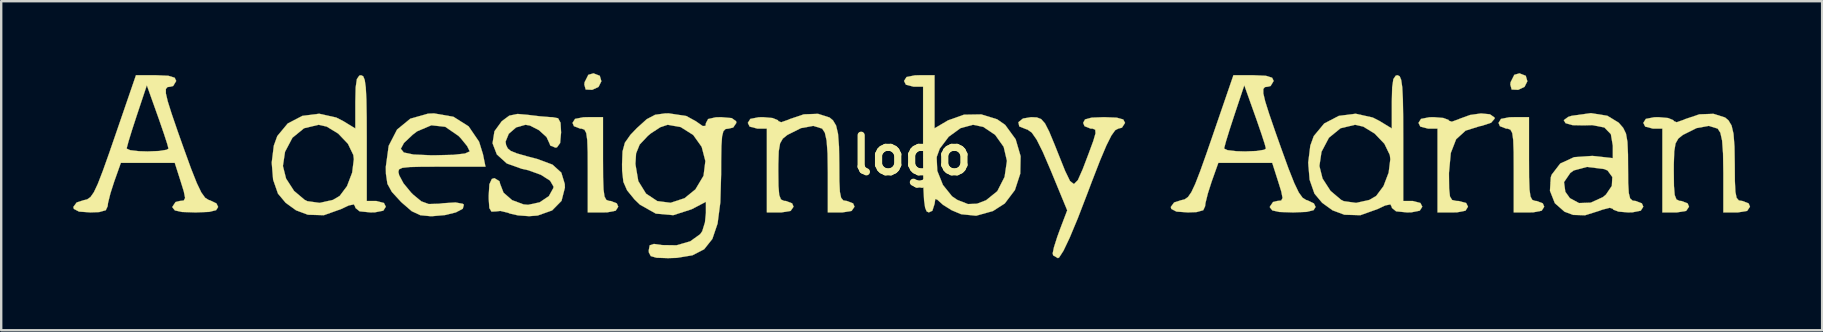
<source format=kicad_pcb>
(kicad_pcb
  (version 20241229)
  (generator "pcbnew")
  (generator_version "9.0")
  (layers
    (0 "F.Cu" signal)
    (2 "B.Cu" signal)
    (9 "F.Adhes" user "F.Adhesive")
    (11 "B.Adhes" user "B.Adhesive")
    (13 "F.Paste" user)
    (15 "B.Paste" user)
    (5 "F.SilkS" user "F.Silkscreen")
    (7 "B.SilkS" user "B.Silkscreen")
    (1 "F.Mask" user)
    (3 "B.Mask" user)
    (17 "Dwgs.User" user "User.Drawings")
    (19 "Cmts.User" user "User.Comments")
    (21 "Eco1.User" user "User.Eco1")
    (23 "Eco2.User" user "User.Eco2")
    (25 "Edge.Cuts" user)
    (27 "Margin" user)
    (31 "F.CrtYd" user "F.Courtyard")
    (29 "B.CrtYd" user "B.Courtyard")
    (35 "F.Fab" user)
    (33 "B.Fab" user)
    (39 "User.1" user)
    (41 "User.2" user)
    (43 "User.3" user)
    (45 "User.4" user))
  (footprint "logo"
    (layer "F.Cu")
    (at 34.93 3.418)
    (property "Reference" "logo" (at 0 0 0) (layer "F.SilkS") (effects (font (size 1.524 1.524) (thickness 0.3))))
    (attr through_hole)
    (fp_poly (pts (xy -12.993 -3.311) (xy -12.926 -3.084) (xy -13.045 -2.848) (xy -13.308 -2.726) (xy -13.58 -2.738) (xy -13.637 -2.944) (xy -13.626 -3.043) (xy -13.471 -3.351) (xy -13.256 -3.413) (xy -12.993 -3.311)) (stroke (width 0.01) (type solid)) (fill yes) (layer "F.SilkS"))
    (fp_poly (pts (xy 25.583 -3.311) (xy 25.65 -3.084) (xy 25.531 -2.848) (xy 25.268 -2.726) (xy 24.996 -2.738) (xy 24.94 -2.944) (xy 24.951 -3.043) (xy 25.105 -3.351) (xy 25.321 -3.413) (xy 25.583 -3.311)) (stroke (width 0.01) (type solid)) (fill yes) (layer "F.SilkS"))
    (fp_poly (pts (xy -12.859 0.159) (xy -12.855 0.923) (xy -12.837 1.425) (xy -12.796 1.719) (xy -12.72 1.86) (xy -12.601 1.903) (xy -12.541 1.905) (xy -12.283 2.004) (xy -12.224 2.143) (xy -12.329 2.309) (xy -12.676 2.377) (xy -12.859 2.381) (xy -13.494 2.381) (xy -13.494 0.635) (xy -13.497 -0.129) (xy -13.515 -0.631) (xy -13.557 -0.925) (xy -13.632 -1.066) (xy -13.751 -1.109) (xy -13.811 -1.111) (xy -14.07 -1.211) (xy -14.129 -1.349) (xy -14.024 -1.515) (xy -13.676 -1.583) (xy -13.494 -1.587) (xy -12.859 -1.587) (xy -12.859 0.159)) (stroke (width 0.01) (type solid)) (fill yes) (layer "F.SilkS"))
    (fp_poly (pts (xy 25.718 0.159) (xy 25.721 0.923) (xy 25.739 1.425) (xy 25.78 1.719) (xy 25.856 1.86) (xy 25.975 1.903) (xy 26.035 1.905) (xy 26.294 2.004) (xy 26.352 2.143) (xy 26.248 2.309) (xy 25.9 2.377) (xy 25.718 2.381) (xy 25.082 2.381) (xy 25.082 0.635) (xy 25.079 -0.129) (xy 25.061 -0.631) (xy 25.02 -0.925) (xy 24.944 -1.066) (xy 24.825 -1.109) (xy 24.765 -1.111) (xy 24.506 -1.211) (xy 24.448 -1.349) (xy 24.552 -1.515) (xy 24.9 -1.583) (xy 25.082 -1.587) (xy 25.718 -1.587) (xy 25.718 0.159)) (stroke (width 0.01) (type solid)) (fill yes) (layer "F.SilkS"))
    (fp_poly (pts (xy 24.089 -1.707) (xy 24.281 -1.574) (xy 24.289 -1.528) (xy 24.142 -1.356) (xy 23.751 -1.226) (xy 23.665 -1.211) (xy 23.076 -1.026) (xy 22.682 -0.667) (xy 22.46 -0.095) (xy 22.384 0.729) (xy 22.384 0.815) (xy 22.39 1.389) (xy 22.425 1.715) (xy 22.515 1.863) (xy 22.685 1.903) (xy 22.781 1.905) (xy 23.1 1.988) (xy 23.177 2.143) (xy 23.073 2.309) (xy 22.725 2.377) (xy 22.543 2.381) (xy 21.907 2.381) (xy 21.907 -1.111) (xy 21.511 -1.111) (xy 21.191 -1.194) (xy 21.114 -1.349) (xy 21.219 -1.515) (xy 21.566 -1.583) (xy 21.749 -1.587) (xy 22.146 -1.554) (xy 22.368 -1.472) (xy 22.384 -1.438) (xy 22.503 -1.398) (xy 22.793 -1.503) (xy 22.82 -1.517) (xy 23.262 -1.678) (xy 23.717 -1.742) (xy 24.089 -1.707)) (stroke (width 0.01) (type solid)) (fill yes) (layer "F.SilkS"))
    (fp_poly (pts (xy 8.543 -1.566) (xy 8.815 -1.491) (xy 8.89 -1.349) (xy 8.76 -1.149) (xy 8.61 -1.111) (xy 8.48 -1.044) (xy 8.32 -0.821) (xy 8.113 -0.409) (xy 7.845 0.225) (xy 7.5 1.113) (xy 7.321 1.587) (xy 6.921 2.626) (xy 6.585 3.431) (xy 6.323 3.981) (xy 6.144 4.257) (xy 6.093 4.286) (xy 5.895 4.172) (xy 5.874 4.088) (xy 5.927 3.835) (xy 6.064 3.403) (xy 6.177 3.092) (xy 6.48 2.295) (xy 5.794 0.632) (xy 5.464 -0.137) (xy 5.209 -0.648) (xy 5.003 -0.945) (xy 4.82 -1.073) (xy 4.777 -1.083) (xy 4.482 -1.202) (xy 4.446 -1.378) (xy 4.638 -1.531) (xy 4.974 -1.587) (xy 5.215 -1.576) (xy 5.395 -1.507) (xy 5.554 -1.328) (xy 5.73 -0.984) (xy 5.963 -0.423) (xy 6.107 -0.06) (xy 6.393 0.653) (xy 6.597 1.073) (xy 6.76 1.2) (xy 6.923 1.036) (xy 7.125 0.581) (xy 7.363 -0.044) (xy 7.566 -0.595) (xy 7.659 -0.914) (xy 7.648 -1.064) (xy 7.539 -1.109) (xy 7.454 -1.111) (xy 7.201 -1.212) (xy 7.144 -1.349) (xy 7.222 -1.493) (xy 7.497 -1.567) (xy 8.017 -1.587) (xy 8.543 -1.566)) (stroke (width 0.01) (type solid)) (fill yes) (layer "F.SilkS"))
    (fp_poly (pts (xy -3.421 -1.573) (xy -3.279 -1.456) (xy -3.149 -1.239) (xy -3.068 -0.894) (xy -3.027 -0.357) (xy -3.016 0.37) (xy -3.012 1.078) (xy -2.99 1.527) (xy -2.938 1.776) (xy -2.845 1.882) (xy -2.699 1.905) (xy -2.699 1.905) (xy -2.44 2.004) (xy -2.381 2.143) (xy -2.502 2.319) (xy -2.886 2.381) (xy -2.937 2.381) (xy -3.493 2.381) (xy -3.493 0.734) (xy -3.504 -0.07) (xy -3.543 -0.61) (xy -3.617 -0.94) (xy -3.729 -1.11) (xy -4.098 -1.224) (xy -4.61 -1.131) (xy -5.176 -0.848) (xy -5.368 -0.694) (xy -5.482 -0.493) (xy -5.538 -0.163) (xy -5.555 0.373) (xy -5.556 0.653) (xy -5.549 1.281) (xy -5.518 1.655) (xy -5.446 1.84) (xy -5.317 1.901) (xy -5.239 1.905) (xy -4.98 2.004) (xy -4.921 2.143) (xy -5.042 2.319) (xy -5.426 2.381) (xy -5.477 2.381) (xy -6.032 2.381) (xy -6.032 -1.111) (xy -6.429 -1.111) (xy -6.749 -1.194) (xy -6.826 -1.349) (xy -6.721 -1.515) (xy -6.374 -1.583) (xy -6.191 -1.587) (xy -5.794 -1.551) (xy -5.572 -1.461) (xy -5.556 -1.425) (xy -5.436 -1.375) (xy -5.131 -1.482) (xy -5.088 -1.504) (xy -4.492 -1.705) (xy -3.9 -1.726) (xy -3.421 -1.573)) (stroke (width 0.01) (type solid)) (fill yes) (layer "F.SilkS"))
    (fp_poly (pts (xy 0.953 -1.122) (xy 1.515 -1.454) (xy 2.178 -1.69) (xy 2.899 -1.702) (xy 3.562 -1.498) (xy 3.895 -1.265) (xy 4.332 -0.666) (xy 4.538 0.037) (xy 4.524 0.767) (xy 4.301 1.449) (xy 3.879 2.008) (xy 3.386 2.324) (xy 2.686 2.519) (xy 2.06 2.456) (xy 1.67 2.292) (xy 1.308 2.067) (xy 1.082 1.863) (xy 1.078 1.856) (xy 0.984 1.819) (xy 0.955 2.024) (xy 0.862 2.313) (xy 0.714 2.381) (xy 0.625 2.34) (xy 0.561 2.187) (xy 0.517 1.88) (xy 0.491 1.378) (xy 0.479 0.638) (xy 0.477 0.079) (xy 1.041 0.079) (xy 1.067 0.649) (xy 1.302 1.237) (xy 1.682 1.71) (xy 1.905 1.861) (xy 2.344 2.033) (xy 2.72 2.019) (xy 3.1 1.874) (xy 3.567 1.497) (xy 3.87 0.904) (xy 3.969 0.234) (xy 3.833 -0.35) (xy 3.477 -0.851) (xy 2.982 -1.182) (xy 2.555 -1.27) (xy 2.036 -1.13) (xy 1.542 -0.771) (xy 1.171 -0.279) (xy 1.041 0.079) (xy 0.477 0.079) (xy 0.476 -0.238) (xy 0.476 -2.857) (xy 0.079 -2.857) (xy -0.24 -2.94) (xy -0.318 -3.096) (xy -0.213 -3.261) (xy 0.135 -3.329) (xy 0.318 -3.334) (xy 0.953 -3.334) (xy 0.953 -1.122)) (stroke (width 0.01) (type solid)) (fill yes) (layer "F.SilkS"))
    (fp_poly (pts (xy 33.886 -1.573) (xy 34.027 -1.456) (xy 34.157 -1.239) (xy 34.238 -0.894) (xy 34.279 -0.357) (xy 34.29 0.37) (xy 34.295 1.078) (xy 34.317 1.527) (xy 34.368 1.776) (xy 34.461 1.882) (xy 34.607 1.905) (xy 34.608 1.905) (xy 34.866 2.004) (xy 34.925 2.143) (xy 34.805 2.319) (xy 34.42 2.381) (xy 34.369 2.381) (xy 33.814 2.381) (xy 33.814 0.734) (xy 33.802 -0.07) (xy 33.763 -0.61) (xy 33.689 -0.94) (xy 33.578 -1.11) (xy 33.209 -1.224) (xy 32.696 -1.131) (xy 32.13 -0.848) (xy 31.938 -0.694) (xy 31.824 -0.493) (xy 31.769 -0.163) (xy 31.751 0.373) (xy 31.75 0.653) (xy 31.757 1.281) (xy 31.788 1.655) (xy 31.86 1.84) (xy 31.989 1.901) (xy 32.068 1.905) (xy 32.326 2.004) (xy 32.385 2.143) (xy 32.265 2.319) (xy 31.88 2.381) (xy 31.829 2.381) (xy 31.274 2.381) (xy 31.274 -1.111) (xy 30.877 -1.111) (xy 30.558 -1.194) (xy 30.48 -1.349) (xy 30.585 -1.515) (xy 30.932 -1.583) (xy 31.115 -1.587) (xy 31.513 -1.551) (xy 31.734 -1.461) (xy 31.75 -1.425) (xy 31.87 -1.375) (xy 32.175 -1.482) (xy 32.218 -1.504) (xy 32.815 -1.705) (xy 33.407 -1.726) (xy 33.886 -1.573)) (stroke (width 0.01) (type solid)) (fill yes) (layer "F.SilkS"))
    (fp_poly (pts (xy -19.091 -1.604) (xy -18.457 -1.204) (xy -18.022 -0.566) (xy -17.859 -0.04) (xy -17.755 0.476) (xy -19.604 0.476) (xy -20.392 0.478) (xy -20.913 0.491) (xy -21.218 0.524) (xy -21.358 0.589) (xy -21.383 0.695) (xy -21.35 0.833) (xy -21.17 1.17) (xy -20.851 1.557) (xy -20.762 1.645) (xy -20.427 1.92) (xy -20.12 2.032) (xy -19.696 2.02) (xy -19.516 1.998) (xy -19.004 1.966) (xy -18.699 2.022) (xy -18.655 2.06) (xy -18.7 2.227) (xy -18.987 2.38) (xy -19.444 2.492) (xy -19.995 2.54) (xy -20.032 2.54) (xy -20.469 2.498) (xy -20.83 2.329) (xy -21.241 1.973) (xy -21.291 1.924) (xy -21.656 1.526) (xy -21.84 1.191) (xy -21.902 0.774) (xy -21.907 0.48) (xy -21.804 -0.27) (xy -21.282 -0.27) (xy -21.156 -0.115) (xy -20.755 -0.031) (xy -20.061 -0.001) (xy -19.844 0) (xy -19.092 -0.018) (xy -18.609 -0.072) (xy -18.417 -0.158) (xy -18.415 -0.171) (xy -18.519 -0.382) (xy -18.778 -0.701) (xy -18.879 -0.806) (xy -19.432 -1.186) (xy -20.009 -1.249) (xy -20.603 -0.997) (xy -20.784 -0.859) (xy -21.152 -0.512) (xy -21.282 -0.27) (xy -21.804 -0.27) (xy -21.787 -0.394) (xy -21.439 -1.07) (xy -20.886 -1.524) (xy -20.149 -1.733) (xy -19.899 -1.744) (xy -19.091 -1.604)) (stroke (width 0.01) (type solid)) (fill yes) (layer "F.SilkS"))
    (fp_poly (pts (xy -22.85 -3.292) (xy -22.786 -3.139) (xy -22.742 -2.833) (xy -22.716 -2.331) (xy -22.704 -1.59) (xy -22.701 -0.714) (xy -22.701 1.905) (xy -22.304 1.905) (xy -21.985 1.988) (xy -21.907 2.143) (xy -22.012 2.309) (xy -22.36 2.377) (xy -22.543 2.381) (xy -22.999 2.336) (xy -23.174 2.194) (xy -23.177 2.16) (xy -23.236 2.047) (xy -23.453 2.092) (xy -23.767 2.24) (xy -24.487 2.497) (xy -25.152 2.478) (xy -25.646 2.294) (xy -26.079 1.981) (xy -26.4 1.598) (xy -26.602 1.019) (xy -26.649 0.447) (xy -26.194 0.447) (xy -26.063 0.97) (xy -25.73 1.485) (xy -25.287 1.859) (xy -25.18 1.912) (xy -24.663 1.984) (xy -24.111 1.86) (xy -23.828 1.694) (xy -23.524 1.287) (xy -23.309 0.724) (xy -23.239 0.164) (xy -23.26 -0.012) (xy -23.485 -0.477) (xy -23.89 -0.902) (xy -24.368 -1.194) (xy -24.708 -1.27) (xy -25.314 -1.125) (xy -25.797 -0.73) (xy -26.106 -0.144) (xy -26.194 0.447) (xy -26.649 0.447) (xy -26.66 0.304) (xy -26.573 -0.4) (xy -26.429 -0.799) (xy -25.993 -1.324) (xy -25.384 -1.641) (xy -24.683 -1.73) (xy -23.972 -1.572) (xy -23.693 -1.43) (xy -23.177 -1.116) (xy -23.177 -2.225) (xy -23.163 -2.828) (xy -23.113 -3.173) (xy -23.013 -3.318) (xy -22.939 -3.334) (xy -22.85 -3.292)) (stroke (width 0.01) (type solid)) (fill yes) (layer "F.SilkS"))
    (fp_poly (pts (xy 20.33 -3.292) (xy 20.394 -3.139) (xy 20.438 -2.833) (xy 20.464 -2.331) (xy 20.476 -1.59) (xy 20.479 -0.714) (xy 20.479 1.905) (xy 20.876 1.905) (xy 21.195 1.988) (xy 21.273 2.143) (xy 21.168 2.309) (xy 20.82 2.377) (xy 20.637 2.381) (xy 20.181 2.336) (xy 20.006 2.194) (xy 20.003 2.16) (xy 19.944 2.047) (xy 19.727 2.092) (xy 19.413 2.24) (xy 18.693 2.497) (xy 18.028 2.478) (xy 17.534 2.294) (xy 17.101 1.981) (xy 16.78 1.598) (xy 16.578 1.019) (xy 16.531 0.447) (xy 16.986 0.447) (xy 17.117 0.97) (xy 17.45 1.485) (xy 17.893 1.859) (xy 18 1.912) (xy 18.517 1.984) (xy 19.069 1.86) (xy 19.352 1.694) (xy 19.656 1.287) (xy 19.871 0.724) (xy 19.941 0.164) (xy 19.92 -0.012) (xy 19.695 -0.477) (xy 19.29 -0.902) (xy 18.812 -1.194) (xy 18.472 -1.27) (xy 17.866 -1.125) (xy 17.383 -0.73) (xy 17.074 -0.144) (xy 16.986 0.447) (xy 16.531 0.447) (xy 16.52 0.304) (xy 16.607 -0.4) (xy 16.751 -0.799) (xy 17.187 -1.324) (xy 17.796 -1.641) (xy 18.497 -1.73) (xy 19.208 -1.572) (xy 19.487 -1.43) (xy 20.003 -1.116) (xy 20.003 -2.225) (xy 20.017 -2.828) (xy 20.067 -3.173) (xy 20.167 -3.318) (xy 20.241 -3.334) (xy 20.33 -3.292)) (stroke (width 0.01) (type solid)) (fill yes) (layer "F.SilkS"))
    (fp_poly (pts (xy 28.983 -1.645) (xy 29.455 -1.357) (xy 29.642 -1.142) (xy 29.758 -0.903) (xy 29.819 -0.559) (xy 29.842 -0.032) (xy 29.845 0.469) (xy 29.85 1.15) (xy 29.875 1.574) (xy 29.932 1.8) (xy 30.036 1.891) (xy 30.163 1.905) (xy 30.421 2.004) (xy 30.48 2.143) (xy 30.375 2.309) (xy 30.028 2.377) (xy 29.845 2.381) (xy 29.447 2.348) (xy 29.226 2.264) (xy 29.21 2.231) (xy 29.083 2.188) (xy 28.768 2.268) (xy 28.659 2.31) (xy 28.054 2.5) (xy 27.557 2.485) (xy 27.197 2.351) (xy 26.795 1.997) (xy 26.591 1.481) (xy 26.613 1.119) (xy 27.177 1.119) (xy 27.231 1.52) (xy 27.42 1.786) (xy 27.8 1.991) (xy 28.291 1.975) (xy 28.788 1.748) (xy 28.922 1.64) (xy 29.169 1.276) (xy 29.189 0.907) (xy 28.99 0.635) (xy 28.853 0.576) (xy 28.133 0.485) (xy 27.582 0.633) (xy 27.437 0.739) (xy 27.177 1.119) (xy 26.613 1.119) (xy 26.626 0.916) (xy 26.664 0.807) (xy 27.019 0.345) (xy 27.596 0.079) (xy 28.357 0.027) (xy 28.498 0.04) (xy 29.21 0.12) (xy 29.21 -0.397) (xy 29.128 -0.879) (xy 28.857 -1.157) (xy 28.357 -1.255) (xy 27.999 -1.245) (xy 27.531 -1.254) (xy 27.24 -1.337) (xy 27.167 -1.463) (xy 27.354 -1.599) (xy 27.497 -1.644) (xy 28.298 -1.755) (xy 28.983 -1.645)) (stroke (width 0.01) (type solid)) (fill yes) (layer "F.SilkS"))
    (fp_poly (pts (xy -16.005 -1.685) (xy -15.487 -1.623) (xy -15.047 -1.588) (xy -14.962 -1.586) (xy -14.73 -1.542) (xy -14.628 -1.355) (xy -14.605 -0.951) (xy -14.645 -0.51) (xy -14.776 -0.329) (xy -14.843 -0.318) (xy -15.054 -0.403) (xy -15.081 -0.476) (xy -15.212 -0.759) (xy -15.526 -1.044) (xy -15.901 -1.237) (xy -16.089 -1.27) (xy -16.478 -1.16) (xy -16.785 -0.894) (xy -16.918 -0.567) (xy -16.896 -0.426) (xy -16.826 -0.284) (xy -16.699 -0.178) (xy -16.447 -0.077) (xy -15.998 0.051) (xy -15.604 0.153) (xy -14.965 0.39) (xy -14.596 0.723) (xy -14.452 1.197) (xy -14.446 1.349) (xy -14.587 1.9) (xy -14.979 2.298) (xy -15.58 2.511) (xy -15.936 2.538) (xy -16.404 2.504) (xy -16.752 2.425) (xy -16.805 2.398) (xy -17.134 2.319) (xy -17.321 2.34) (xy -17.505 2.348) (xy -17.594 2.2) (xy -17.62 1.824) (xy -17.621 1.685) (xy -17.592 1.208) (xy -17.49 0.986) (xy -17.383 0.953) (xy -17.173 1.08) (xy -17.145 1.191) (xy -17.003 1.559) (xy -16.645 1.87) (xy -16.171 2.047) (xy -15.979 2.064) (xy -15.499 1.961) (xy -15.115 1.704) (xy -14.927 1.364) (xy -14.922 1.301) (xy -15.066 1.056) (xy -15.444 0.815) (xy -15.974 0.623) (xy -16.241 0.565) (xy -16.866 0.342) (xy -17.281 -0.033) (xy -17.461 -0.5) (xy -17.381 -1) (xy -17.076 -1.419) (xy -16.764 -1.65) (xy -16.417 -1.721) (xy -16.005 -1.685)) (stroke (width 0.01) (type solid)) (fill yes) (layer "F.SilkS"))
    (fp_poly (pts (xy -31.477 -3.334) (xy -30.963 -3.311) (xy -30.703 -3.23) (xy -30.639 -3.096) (xy -30.766 -2.885) (xy -30.877 -2.857) (xy -31.003 -2.84) (xy -31.07 -2.761) (xy -31.07 -2.578) (xy -30.993 -2.249) (xy -30.831 -1.735) (xy -30.576 -0.992) (xy -30.337 -0.318) (xy -30.023 0.549) (xy -29.782 1.157) (xy -29.593 1.55) (xy -29.433 1.772) (xy -29.28 1.866) (xy -29.235 1.876) (xy -28.963 2.006) (xy -28.892 2.154) (xy -28.977 2.288) (xy -29.265 2.359) (xy -29.812 2.381) (xy -29.845 2.381) (xy -30.398 2.363) (xy -30.695 2.298) (xy -30.796 2.172) (xy -30.797 2.143) (xy -30.666 1.947) (xy -30.495 1.905) (xy -30.325 1.886) (xy -30.269 1.78) (xy -30.322 1.51) (xy -30.446 1.111) (xy -30.699 0.318) (xy -32.945 0.318) (xy -33.221 1.093) (xy -33.38 1.589) (xy -33.48 1.99) (xy -33.496 2.125) (xy -33.573 2.29) (xy -33.848 2.367) (xy -34.211 2.381) (xy -34.689 2.347) (xy -34.903 2.236) (xy -34.925 2.154) (xy -34.787 1.967) (xy -34.507 1.876) (xy -34.349 1.838) (xy -34.209 1.74) (xy -34.068 1.537) (xy -33.904 1.188) (xy -33.696 0.65) (xy -33.422 -0.119) (xy -33.368 -0.277) (xy -32.703 -0.277) (xy -32.559 -0.212) (xy -32.189 -0.169) (xy -31.829 -0.159) (xy -31.352 -0.178) (xy -31.037 -0.229) (xy -30.961 -0.278) (xy -31.013 -0.473) (xy -31.148 -0.889) (xy -31.34 -1.447) (xy -31.414 -1.656) (xy -31.863 -2.915) (xy -32.283 -1.656) (xy -32.476 -1.064) (xy -32.622 -0.59) (xy -32.697 -0.312) (xy -32.703 -0.277) (xy -33.368 -0.277) (xy -33.203 -0.754) (xy -32.316 -3.334) (xy -31.477 -3.334)) (stroke (width 0.01) (type solid)) (fill yes) (layer "F.SilkS"))
    (fp_poly (pts (xy 14.243 -3.334) (xy 14.757 -3.311) (xy 15.017 -3.23) (xy 15.081 -3.096) (xy 14.954 -2.885) (xy 14.843 -2.857) (xy 14.717 -2.84) (xy 14.65 -2.761) (xy 14.65 -2.578) (xy 14.727 -2.249) (xy 14.889 -1.735) (xy 15.144 -0.992) (xy 15.383 -0.318) (xy 15.697 0.549) (xy 15.938 1.157) (xy 16.127 1.55) (xy 16.287 1.772) (xy 16.44 1.866) (xy 16.485 1.876) (xy 16.757 2.006) (xy 16.828 2.154) (xy 16.743 2.288) (xy 16.455 2.359) (xy 15.908 2.381) (xy 15.875 2.381) (xy 15.322 2.363) (xy 15.025 2.298) (xy 14.924 2.172) (xy 14.922 2.143) (xy 15.054 1.947) (xy 15.225 1.905) (xy 15.395 1.886) (xy 15.451 1.78) (xy 15.398 1.51) (xy 15.274 1.111) (xy 15.021 0.318) (xy 12.775 0.318) (xy 12.499 1.093) (xy 12.34 1.589) (xy 12.24 1.99) (xy 12.224 2.125) (xy 12.147 2.29) (xy 11.872 2.367) (xy 11.509 2.381) (xy 11.031 2.347) (xy 10.817 2.236) (xy 10.795 2.154) (xy 10.933 1.967) (xy 11.213 1.876) (xy 11.371 1.838) (xy 11.511 1.74) (xy 11.652 1.537) (xy 11.816 1.188) (xy 12.024 0.65) (xy 12.298 -0.119) (xy 12.352 -0.277) (xy 13.018 -0.277) (xy 13.161 -0.212) (xy 13.531 -0.169) (xy 13.891 -0.159) (xy 14.368 -0.178) (xy 14.683 -0.229) (xy 14.759 -0.278) (xy 14.707 -0.473) (xy 14.572 -0.889) (xy 14.38 -1.447) (xy 14.306 -1.656) (xy 13.857 -2.915) (xy 13.437 -1.656) (xy 13.244 -1.064) (xy 13.098 -0.59) (xy 13.023 -0.312) (xy 13.018 -0.277) (xy 12.352 -0.277) (xy 12.517 -0.754) (xy 13.404 -3.334) (xy 14.243 -3.334)) (stroke (width 0.01) (type solid)) (fill yes) (layer "F.SilkS"))
    (fp_poly (pts (xy -9.388 -1.635) (xy -8.991 -1.417) (xy -8.706 -1.218) (xy -8.589 -1.224) (xy -8.572 -1.338) (xy -8.48 -1.509) (xy -8.163 -1.581) (xy -7.938 -1.587) (xy -7.496 -1.548) (xy -7.314 -1.418) (xy -7.303 -1.349) (xy -7.435 -1.155) (xy -7.62 -1.111) (xy -7.754 -1.093) (xy -7.844 -1.002) (xy -7.898 -0.786) (xy -7.926 -0.392) (xy -7.936 0.231) (xy -7.938 0.799) (xy -7.971 1.962) (xy -8.086 2.846) (xy -8.303 3.486) (xy -8.644 3.915) (xy -9.131 4.167) (xy -9.784 4.275) (xy -10.152 4.286) (xy -10.63 4.27) (xy -10.87 4.201) (xy -10.949 4.048) (xy -10.954 3.962) (xy -10.914 3.752) (xy -10.737 3.694) (xy -10.395 3.742) (xy -9.794 3.75) (xy -9.227 3.586) (xy -8.811 3.288) (xy -8.725 3.164) (xy -8.611 2.794) (xy -8.572 2.409) (xy -8.572 1.939) (xy -9.168 2.25) (xy -9.932 2.496) (xy -10.659 2.431) (xy -11.321 2.058) (xy -11.549 1.838) (xy -11.856 1.461) (xy -12.01 1.11) (xy -12.062 0.642) (xy -12.065 0.381) (xy -12.065 0.367) (xy -11.509 0.367) (xy -11.388 1.078) (xy -11.065 1.6) (xy -10.597 1.909) (xy -10.043 1.98) (xy -9.462 1.789) (xy -9.009 1.421) (xy -8.671 0.854) (xy -8.594 0.241) (xy -8.748 -0.35) (xy -9.101 -0.845) (xy -9.623 -1.174) (xy -10.165 -1.27) (xy -10.47 -1.169) (xy -10.861 -0.915) (xy -10.991 -0.807) (xy -11.332 -0.445) (xy -11.481 -0.076) (xy -11.509 0.367) (xy -12.065 0.367) (xy -12.045 -0.16) (xy -11.947 -0.524) (xy -11.713 -0.855) (xy -11.449 -1.13) (xy -11.038 -1.502) (xy -10.69 -1.686) (xy -10.271 -1.744) (xy -10.121 -1.746) (xy -9.388 -1.635)) (stroke (width 0.01) (type solid)) (fill yes) (layer "F.SilkS")))
  (gr_rect
    (start -3 -3)
    (end 72.86 10.709)
    (stroke (width 0.1) (type default))
    (fill no)
    (layer "Edge.Cuts")))
</source>
